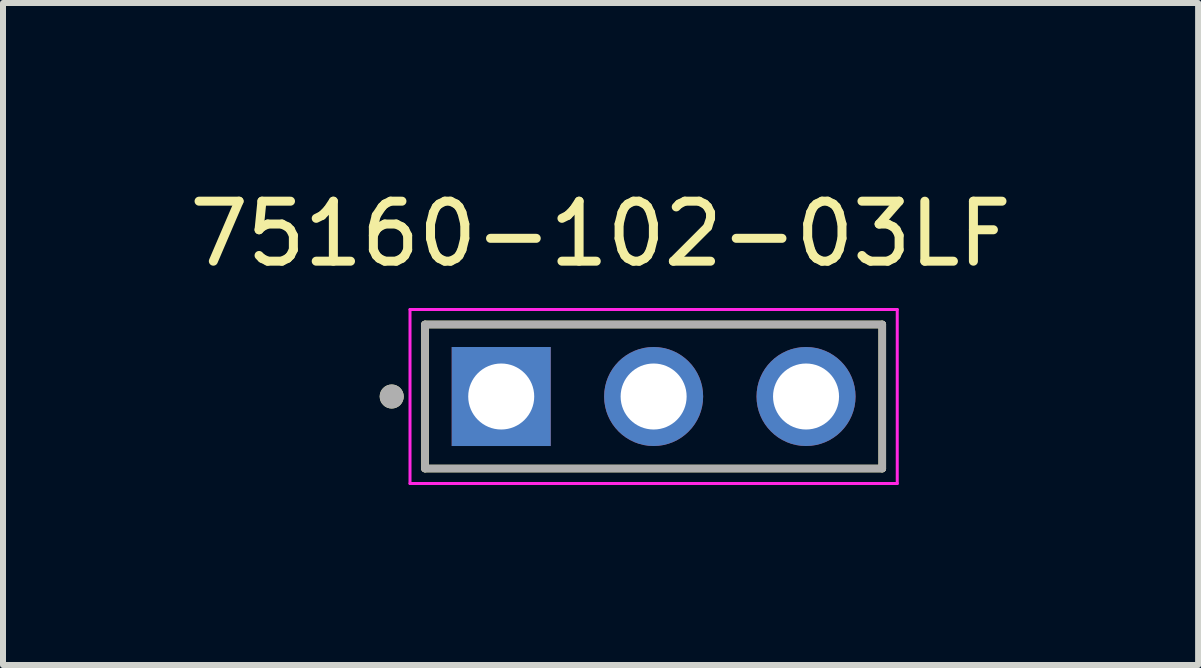
<source format=kicad_pcb>
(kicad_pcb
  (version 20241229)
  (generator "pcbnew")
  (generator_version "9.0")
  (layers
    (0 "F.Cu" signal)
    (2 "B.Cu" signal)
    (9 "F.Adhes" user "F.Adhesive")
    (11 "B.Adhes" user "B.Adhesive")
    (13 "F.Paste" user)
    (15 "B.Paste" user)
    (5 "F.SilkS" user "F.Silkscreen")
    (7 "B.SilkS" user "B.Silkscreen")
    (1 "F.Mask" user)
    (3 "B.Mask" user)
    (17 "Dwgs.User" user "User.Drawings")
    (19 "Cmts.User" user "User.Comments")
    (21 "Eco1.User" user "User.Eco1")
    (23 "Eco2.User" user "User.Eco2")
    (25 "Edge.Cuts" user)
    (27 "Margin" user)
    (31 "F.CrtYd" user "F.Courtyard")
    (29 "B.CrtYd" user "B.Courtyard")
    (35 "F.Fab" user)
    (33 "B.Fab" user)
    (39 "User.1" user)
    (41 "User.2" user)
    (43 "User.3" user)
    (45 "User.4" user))
  (footprint "75160-102-03LF"
    (layer "F.Cu")
    (at 7.843 3.558)
    (property "Reference" "75160-102-03LF" (at -0.885 -2.71 0) (layer "F.SilkS") (effects (font (size 1 1) (thickness 0.15))))
    (attr through_hole)
    (fp_line (start -3.81 -1.2) (end -3.81 1.2) (stroke (width 0.127) (type solid)) (layer "F.SilkS"))
    (fp_line (start -3.81 1.2) (end 3.81 1.2) (stroke (width 0.127) (type solid)) (layer "F.SilkS"))
    (fp_line (start 3.81 -1.2) (end -3.81 -1.2) (stroke (width 0.127) (type solid)) (layer "F.SilkS"))
    (fp_line (start 3.81 1.2) (end 3.81 -1.2) (stroke (width 0.127) (type solid)) (layer "F.SilkS"))
    (fp_circle (center -4.365 0) (end -4.265 0) (stroke (width 0.2) (type solid)) (fill no) (layer "F.SilkS"))
    (fp_line (start -4.06 -1.45) (end -4.06 1.45) (stroke (width 0.05) (type solid)) (layer "F.CrtYd"))
    (fp_line (start -4.06 1.45) (end 4.06 1.45) (stroke (width 0.05) (type solid)) (layer "F.CrtYd"))
    (fp_line (start 4.06 -1.45) (end -4.06 -1.45) (stroke (width 0.05) (type solid)) (layer "F.CrtYd"))
    (fp_line (start 4.06 1.45) (end 4.06 -1.45) (stroke (width 0.05) (type solid)) (layer "F.CrtYd"))
    (fp_line (start -3.81 -1.2) (end -3.81 1.2) (stroke (width 0.127) (type solid)) (layer "F.Fab"))
    (fp_line (start -3.81 1.2) (end 3.81 1.2) (stroke (width 0.127) (type solid)) (layer "F.Fab"))
    (fp_line (start 3.81 -1.2) (end -3.81 -1.2) (stroke (width 0.127) (type solid)) (layer "F.Fab"))
    (fp_line (start 3.81 1.2) (end 3.81 -1.2) (stroke (width 0.127) (type solid)) (layer "F.Fab"))
    (fp_circle (center -4.365 0) (end -4.265 0) (stroke (width 0.2) (type solid)) (fill no) (layer "F.Fab"))
    (pad "1" thru_hole rect (at -2.54 0) (size 1.65 1.65) (drill 1.1) (layers "*.Cu" "*.Mask"))
    (pad "2" thru_hole circle (at 0 0) (size 1.65 1.65) (drill 1.1) (layers "*.Cu" "*.Mask"))
    (pad "3" thru_hole circle (at 2.54 0) (size 1.65 1.65) (drill 1.1) (layers "*.Cu" "*.Mask")))
  (gr_rect
    (start -3 -3)
    (end 16.917 8.033)
    (stroke (width 0.1) (type default))
    (fill no)
    (layer "Edge.Cuts")))
</source>
